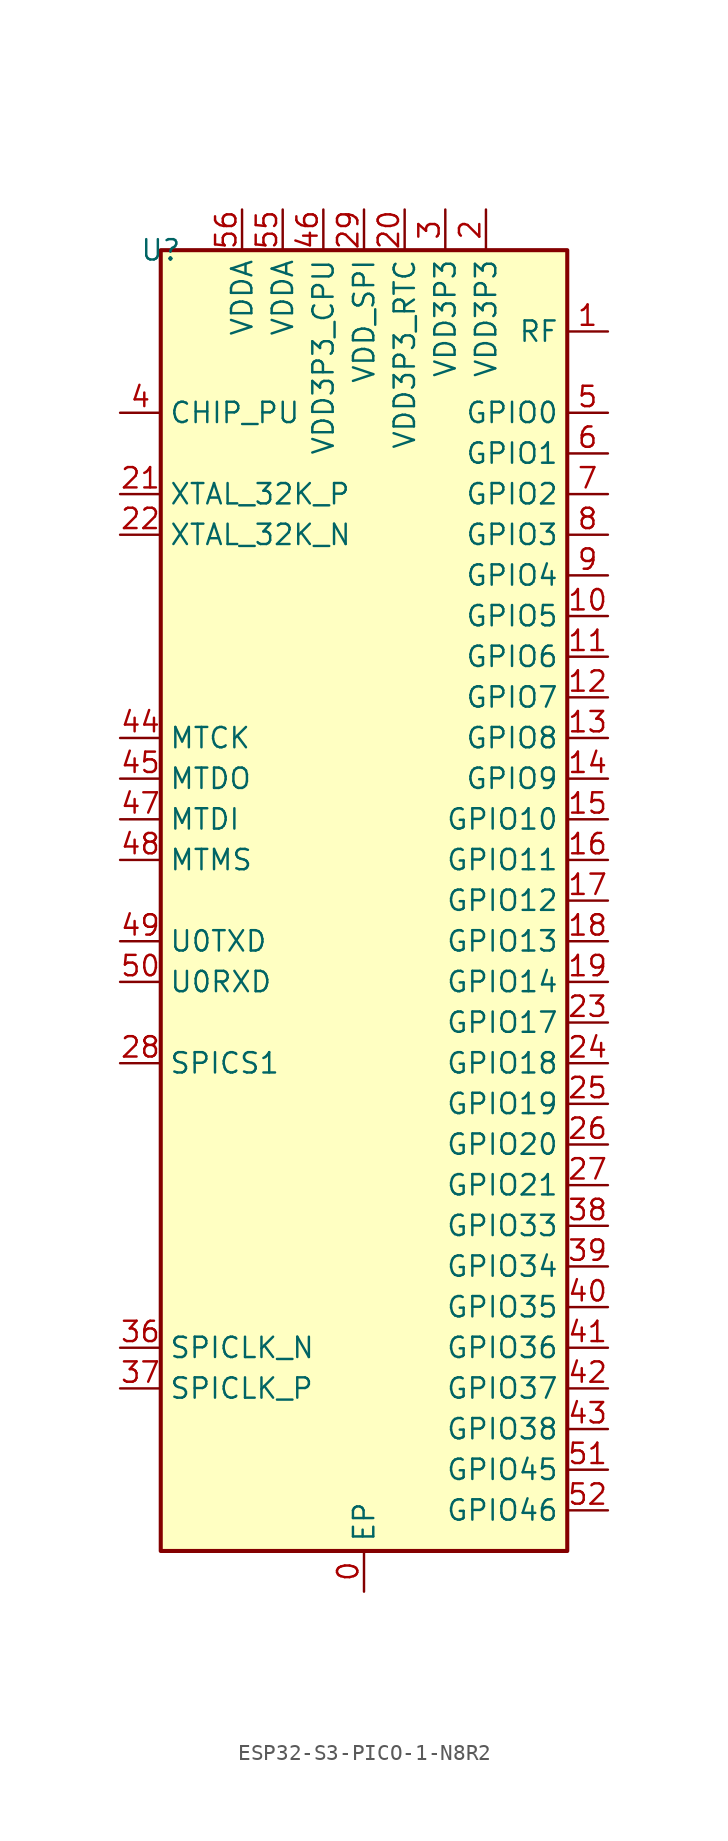
<source format=kicad_sym>
(kicad_symbol_lib
  (version 20220914)
  (generator kicad_symbol_editor)
  (symbol "ESP32-S3-PICO-1-N8R2"
    (property "Reference" "U"
      (at 0 0 0)
      (effects (font (size 1.27 1.27))))
    (property "Value" ""
      (at 0 0 0)
      (effects (font (size 1.27 1.27))))
    (symbol "ESP32-S3-PICO-1-N8R2_1_1"
      (rectangle (start 0 0) (end 25.4 -81.28) (stroke (width 0.254) (type default)) (fill (type background)))
      (pin input line (at 12.7 -83.82 90) (length 2.54) (name "EP" (effects (font (size 1.27 1.27)))) (number "0" (effects (font (size 1.27 1.27)))))
      (pin input line (at 27.94 -5.08 180) (length 2.54) (name "RF" (effects (font (size 1.27 1.27)))) (number "1" (effects (font (size 1.27 1.27)))))
      (pin input line (at 27.94 -22.86 180) (length 2.54) (name "GPIO5" (effects (font (size 1.27 1.27)))) (number "10" (effects (font (size 1.27 1.27)))))
      (pin input line (at 27.94 -25.4 180) (length 2.54) (name "GPIO6" (effects (font (size 1.27 1.27)))) (number "11" (effects (font (size 1.27 1.27)))))
      (pin input line (at 27.94 -27.94 180) (length 2.54) (name "GPIO7" (effects (font (size 1.27 1.27)))) (number "12" (effects (font (size 1.27 1.27)))))
      (pin input line (at 27.94 -30.48 180) (length 2.54) (name "GPIO8" (effects (font (size 1.27 1.27)))) (number "13" (effects (font (size 1.27 1.27)))))
      (pin input line (at 27.94 -33.02 180) (length 2.54) (name "GPIO9" (effects (font (size 1.27 1.27)))) (number "14" (effects (font (size 1.27 1.27)))))
      (pin input line (at 27.94 -35.56 180) (length 2.54) (name "GPIO10" (effects (font (size 1.27 1.27)))) (number "15" (effects (font (size 1.27 1.27)))))
      (pin input line (at 27.94 -38.1 180) (length 2.54) (name "GPIO11" (effects (font (size 1.27 1.27)))) (number "16" (effects (font (size 1.27 1.27)))))
      (pin input line (at 27.94 -40.64 180) (length 2.54) (name "GPIO12" (effects (font (size 1.27 1.27)))) (number "17" (effects (font (size 1.27 1.27)))))
      (pin input line (at 27.94 -43.18 180) (length 2.54) (name "GPIO13" (effects (font (size 1.27 1.27)))) (number "18" (effects (font (size 1.27 1.27)))))
      (pin input line (at 27.94 -45.72 180) (length 2.54) (name "GPIO14" (effects (font (size 1.27 1.27)))) (number "19" (effects (font (size 1.27 1.27)))))
      (pin input line (at 20.32 2.54 270) (length 2.54) (name "VDD3P3" (effects (font (size 1.27 1.27)))) (number "2" (effects (font (size 1.27 1.27)))))
      (pin input line (at 15.24 2.54 270) (length 2.54) (name "VDD3P3_RTC" (effects (font (size 1.27 1.27)))) (number "20" (effects (font (size 1.27 1.27)))))
      (pin input line (at -2.54 -15.24 0) (length 2.54) (name "XTAL_32K_P" (effects (font (size 1.27 1.27)))) (number "21" (effects (font (size 1.27 1.27)))))
      (pin input line (at -2.54 -17.78 0) (length 2.54) (name "XTAL_32K_N" (effects (font (size 1.27 1.27)))) (number "22" (effects (font (size 1.27 1.27)))))
      (pin input line (at 27.94 -48.26 180) (length 2.54) (name "GPIO17" (effects (font (size 1.27 1.27)))) (number "23" (effects (font (size 1.27 1.27)))))
      (pin input line (at 27.94 -50.8 180) (length 2.54) (name "GPIO18" (effects (font (size 1.27 1.27)))) (number "24" (effects (font (size 1.27 1.27)))))
      (pin input line (at 27.94 -53.34 180) (length 2.54) (name "GPIO19" (effects (font (size 1.27 1.27)))) (number "25" (effects (font (size 1.27 1.27)))))
      (pin input line (at 27.94 -55.88 180) (length 2.54) (name "GPIO20" (effects (font (size 1.27 1.27)))) (number "26" (effects (font (size 1.27 1.27)))))
      (pin input line (at 27.94 -58.42 180) (length 2.54) (name "GPIO21" (effects (font (size 1.27 1.27)))) (number "27" (effects (font (size 1.27 1.27)))))
      (pin input line (at -2.54 -50.8 0) (length 2.54) (name "SPICS1" (effects (font (size 1.27 1.27)))) (number "28" (effects (font (size 1.27 1.27)))))
      (pin input line (at 12.7 2.54 270) (length 2.54) (name "VDD_SPI" (effects (font (size 1.27 1.27)))) (number "29" (effects (font (size 1.27 1.27)))))
      (pin input line (at 17.78 2.54 270) (length 2.54) (name "VDD3P3" (effects (font (size 1.27 1.27)))) (number "3" (effects (font (size 1.27 1.27)))))
      (pin no_connect line (at 0 -76.2 0) (length 2.54) hide (name "NC" (effects (font (size 1.27 1.27)))) (number "30" (effects (font (size 1.27 1.27)))))
      (pin no_connect line (at 0 -76.2 0) (length 2.54) hide (name "NC" (effects (font (size 1.27 1.27)))) (number "31" (effects (font (size 1.27 1.27)))))
      (pin no_connect line (at 0 -76.2 0) (length 2.54) hide (name "NC" (effects (font (size 1.27 1.27)))) (number "32" (effects (font (size 1.27 1.27)))))
      (pin no_connect line (at 0 -76.2 0) (length 2.54) hide (name "NC" (effects (font (size 1.27 1.27)))) (number "33" (effects (font (size 1.27 1.27)))))
      (pin no_connect line (at 0 -76.2 0) (length 2.54) hide (name "NC" (effects (font (size 1.27 1.27)))) (number "34" (effects (font (size 1.27 1.27)))))
      (pin no_connect line (at 0 -76.2 0) (length 2.54) hide (name "NC" (effects (font (size 1.27 1.27)))) (number "35" (effects (font (size 1.27 1.27)))))
      (pin input line (at -2.54 -68.58 0) (length 2.54) (name "SPICLK_N" (effects (font (size 1.27 1.27)))) (number "36" (effects (font (size 1.27 1.27)))))
      (pin input line (at -2.54 -71.12 0) (length 2.54) (name "SPICLK_P" (effects (font (size 1.27 1.27)))) (number "37" (effects (font (size 1.27 1.27)))))
      (pin input line (at 27.94 -60.96 180) (length 2.54) (name "GPIO33" (effects (font (size 1.27 1.27)))) (number "38" (effects (font (size 1.27 1.27)))))
      (pin input line (at 27.94 -63.5 180) (length 2.54) (name "GPIO34" (effects (font (size 1.27 1.27)))) (number "39" (effects (font (size 1.27 1.27)))))
      (pin input line (at -2.54 -10.16 0) (length 2.54) (name "CHIP_PU" (effects (font (size 1.27 1.27)))) (number "4" (effects (font (size 1.27 1.27)))))
      (pin input line (at 27.94 -66.04 180) (length 2.54) (name "GPIO35" (effects (font (size 1.27 1.27)))) (number "40" (effects (font (size 1.27 1.27)))))
      (pin input line (at 27.94 -68.58 180) (length 2.54) (name "GPIO36" (effects (font (size 1.27 1.27)))) (number "41" (effects (font (size 1.27 1.27)))))
      (pin input line (at 27.94 -71.12 180) (length 2.54) (name "GPIO37" (effects (font (size 1.27 1.27)))) (number "42" (effects (font (size 1.27 1.27)))))
      (pin input line (at 27.94 -73.66 180) (length 2.54) (name "GPIO38" (effects (font (size 1.27 1.27)))) (number "43" (effects (font (size 1.27 1.27)))))
      (pin input line (at -2.54 -30.48 0) (length 2.54) (name "MTCK" (effects (font (size 1.27 1.27)))) (number "44" (effects (font (size 1.27 1.27)))))
      (pin input line (at -2.54 -33.02 0) (length 2.54) (name "MTDO" (effects (font (size 1.27 1.27)))) (number "45" (effects (font (size 1.27 1.27)))))
      (pin input line (at 10.16 2.54 270) (length 2.54) (name "VDD3P3_CPU" (effects (font (size 1.27 1.27)))) (number "46" (effects (font (size 1.27 1.27)))))
      (pin input line (at -2.54 -35.56 0) (length 2.54) (name "MTDI" (effects (font (size 1.27 1.27)))) (number "47" (effects (font (size 1.27 1.27)))))
      (pin input line (at -2.54 -38.1 0) (length 2.54) (name "MTMS" (effects (font (size 1.27 1.27)))) (number "48" (effects (font (size 1.27 1.27)))))
      (pin input line (at -2.54 -43.18 0) (length 2.54) (name "U0TXD" (effects (font (size 1.27 1.27)))) (number "49" (effects (font (size 1.27 1.27)))))
      (pin input line (at 27.94 -10.16 180) (length 2.54) (name "GPIO0" (effects (font (size 1.27 1.27)))) (number "5" (effects (font (size 1.27 1.27)))))
      (pin input line (at -2.54 -45.72 0) (length 2.54) (name "U0RXD" (effects (font (size 1.27 1.27)))) (number "50" (effects (font (size 1.27 1.27)))))
      (pin input line (at 27.94 -76.2 180) (length 2.54) (name "GPIO45" (effects (font (size 1.27 1.27)))) (number "51" (effects (font (size 1.27 1.27)))))
      (pin input line (at 27.94 -78.74 180) (length 2.54) (name "GPIO46" (effects (font (size 1.27 1.27)))) (number "52" (effects (font (size 1.27 1.27)))))
      (pin no_connect line (at 0 -76.2 0) (length 2.54) hide (name "NC" (effects (font (size 1.27 1.27)))) (number "53" (effects (font (size 1.27 1.27)))))
      (pin no_connect line (at 0 -76.2 0) (length 2.54) hide (name "NC" (effects (font (size 1.27 1.27)))) (number "54" (effects (font (size 1.27 1.27)))))
      (pin input line (at 7.62 2.54 270) (length 2.54) (name "VDDA" (effects (font (size 1.27 1.27)))) (number "55" (effects (font (size 1.27 1.27)))))
      (pin input line (at 5.08 2.54 270) (length 2.54) (name "VDDA" (effects (font (size 1.27 1.27)))) (number "56" (effects (font (size 1.27 1.27)))))
      (pin input line (at 27.94 -12.7 180) (length 2.54) (name "GPIO1" (effects (font (size 1.27 1.27)))) (number "6" (effects (font (size 1.27 1.27)))))
      (pin input line (at 27.94 -15.24 180) (length 2.54) (name "GPIO2" (effects (font (size 1.27 1.27)))) (number "7" (effects (font (size 1.27 1.27)))))
      (pin input line (at 27.94 -17.78 180) (length 2.54) (name "GPIO3" (effects (font (size 1.27 1.27)))) (number "8" (effects (font (size 1.27 1.27)))))
      (pin input line (at 27.94 -20.32 180) (length 2.54) (name "GPIO4" (effects (font (size 1.27 1.27)))) (number "9" (effects (font (size 1.27 1.27))))))))
</source>
